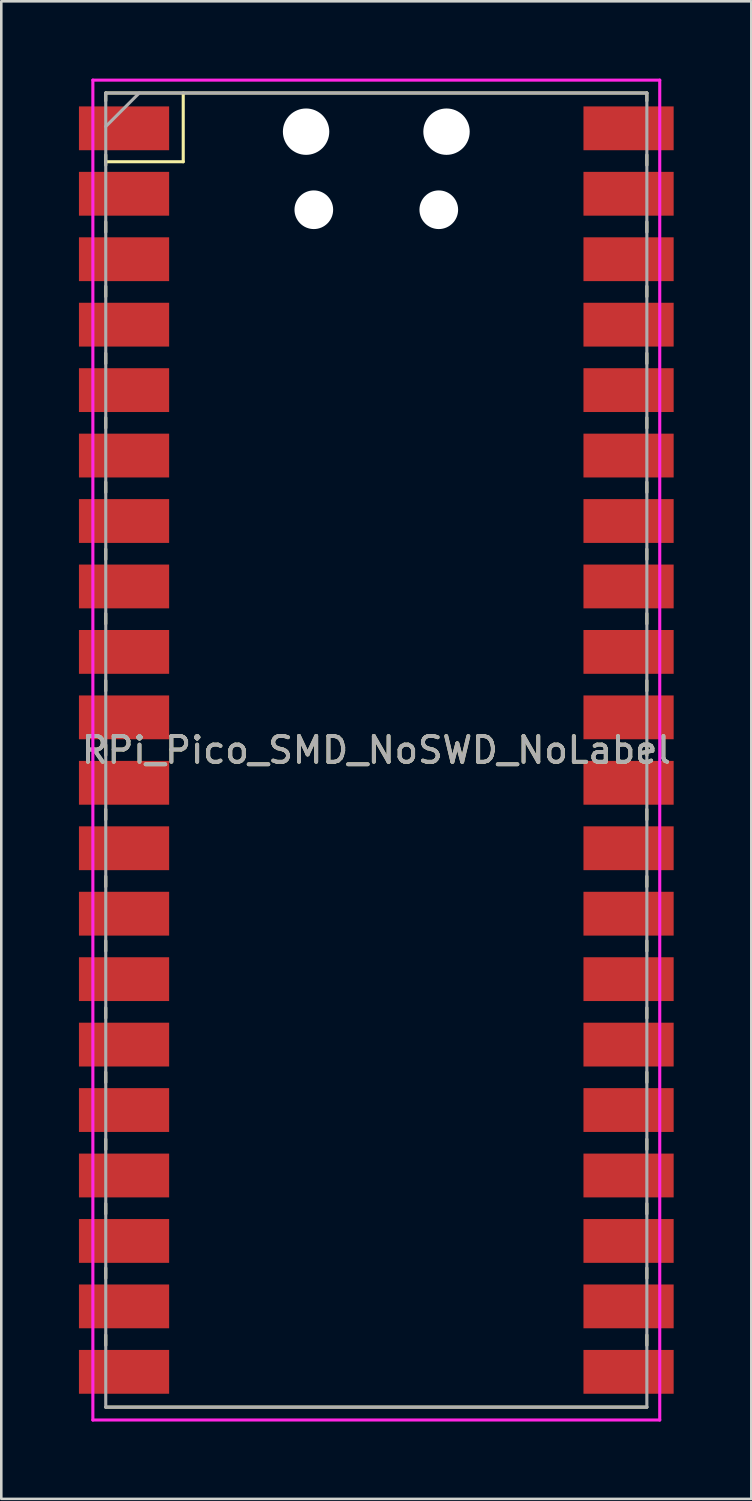
<source format=kicad_pcb>
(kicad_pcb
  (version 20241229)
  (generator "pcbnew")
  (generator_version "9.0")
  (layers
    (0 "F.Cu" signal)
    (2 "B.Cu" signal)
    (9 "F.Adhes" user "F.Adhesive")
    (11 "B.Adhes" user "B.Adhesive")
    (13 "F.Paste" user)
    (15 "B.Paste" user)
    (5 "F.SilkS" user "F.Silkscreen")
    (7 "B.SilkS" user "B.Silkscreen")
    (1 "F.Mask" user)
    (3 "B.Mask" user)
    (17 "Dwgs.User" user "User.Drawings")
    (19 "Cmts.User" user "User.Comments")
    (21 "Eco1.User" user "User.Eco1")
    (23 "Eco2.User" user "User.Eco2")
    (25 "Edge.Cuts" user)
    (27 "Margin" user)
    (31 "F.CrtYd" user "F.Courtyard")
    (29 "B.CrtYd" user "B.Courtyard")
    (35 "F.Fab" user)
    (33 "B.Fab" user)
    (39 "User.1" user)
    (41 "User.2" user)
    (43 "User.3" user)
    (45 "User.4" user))
  (footprint "RPi_Pico_SMD_NoSWD_NoLabel"
    (layer "F.Cu")
    (at 11.554 26.06)
    (property "Reference" "RPi_Pico_SMD_NoSWD_NoLabel" (at 0 0 0) (layer "F.SilkS") (effects (font (size 1 1) (thickness 0.15))))
    (attr through_hole)
    (fp_line (start -10.5 -25.5) (end -10.5 -25.2) (stroke (width 0.12) (type solid)) (layer "F.SilkS"))
    (fp_line (start -10.5 -25.5) (end 10.5 -25.5) (stroke (width 0.12) (type solid)) (layer "F.SilkS"))
    (fp_line (start -10.5 -23.1) (end -10.5 -22.7) (stroke (width 0.12) (type solid)) (layer "F.SilkS"))
    (fp_line (start -10.5 -22.833) (end -7.493 -22.833) (stroke (width 0.12) (type solid)) (layer "F.SilkS"))
    (fp_line (start -10.5 -20.5) (end -10.5 -20.1) (stroke (width 0.12) (type solid)) (layer "F.SilkS"))
    (fp_line (start -10.5 -18) (end -10.5 -17.6) (stroke (width 0.12) (type solid)) (layer "F.SilkS"))
    (fp_line (start -10.5 -15.4) (end -10.5 -15) (stroke (width 0.12) (type solid)) (layer "F.SilkS"))
    (fp_line (start -10.5 -12.9) (end -10.5 -12.5) (stroke (width 0.12) (type solid)) (layer "F.SilkS"))
    (fp_line (start -10.5 -10.4) (end -10.5 -10) (stroke (width 0.12) (type solid)) (layer "F.SilkS"))
    (fp_line (start -10.5 -7.8) (end -10.5 -7.4) (stroke (width 0.12) (type solid)) (layer "F.SilkS"))
    (fp_line (start -10.5 -5.3) (end -10.5 -4.9) (stroke (width 0.12) (type solid)) (layer "F.SilkS"))
    (fp_line (start -10.5 -2.7) (end -10.5 -2.3) (stroke (width 0.12) (type solid)) (layer "F.SilkS"))
    (fp_line (start -10.5 -0.2) (end -10.5 0.2) (stroke (width 0.12) (type solid)) (layer "F.SilkS"))
    (fp_line (start -10.5 2.3) (end -10.5 2.7) (stroke (width 0.12) (type solid)) (layer "F.SilkS"))
    (fp_line (start -10.5 4.9) (end -10.5 5.3) (stroke (width 0.12) (type solid)) (layer "F.SilkS"))
    (fp_line (start -10.5 7.4) (end -10.5 7.8) (stroke (width 0.12) (type solid)) (layer "F.SilkS"))
    (fp_line (start -10.5 10) (end -10.5 10.4) (stroke (width 0.12) (type solid)) (layer "F.SilkS"))
    (fp_line (start -10.5 12.5) (end -10.5 12.9) (stroke (width 0.12) (type solid)) (layer "F.SilkS"))
    (fp_line (start -10.5 15.1) (end -10.5 15.5) (stroke (width 0.12) (type solid)) (layer "F.SilkS"))
    (fp_line (start -10.5 17.6) (end -10.5 18) (stroke (width 0.12) (type solid)) (layer "F.SilkS"))
    (fp_line (start -10.5 20.1) (end -10.5 20.5) (stroke (width 0.12) (type solid)) (layer "F.SilkS"))
    (fp_line (start -10.5 22.7) (end -10.5 23.1) (stroke (width 0.12) (type solid)) (layer "F.SilkS"))
    (fp_line (start -7.493 -22.833) (end -7.493 -25.5) (stroke (width 0.12) (type solid)) (layer "F.SilkS"))
    (fp_line (start 10.5 -25.5) (end 10.5 -25.2) (stroke (width 0.12) (type solid)) (layer "F.SilkS"))
    (fp_line (start 10.5 -23.1) (end 10.5 -22.7) (stroke (width 0.12) (type solid)) (layer "F.SilkS"))
    (fp_line (start 10.5 -20.5) (end 10.5 -20.1) (stroke (width 0.12) (type solid)) (layer "F.SilkS"))
    (fp_line (start 10.5 -18) (end 10.5 -17.6) (stroke (width 0.12) (type solid)) (layer "F.SilkS"))
    (fp_line (start 10.5 -15.4) (end 10.5 -15) (stroke (width 0.12) (type solid)) (layer "F.SilkS"))
    (fp_line (start 10.5 -12.9) (end 10.5 -12.5) (stroke (width 0.12) (type solid)) (layer "F.SilkS"))
    (fp_line (start 10.5 -10.4) (end 10.5 -10) (stroke (width 0.12) (type solid)) (layer "F.SilkS"))
    (fp_line (start 10.5 -7.8) (end 10.5 -7.4) (stroke (width 0.12) (type solid)) (layer "F.SilkS"))
    (fp_line (start 10.5 -5.3) (end 10.5 -4.9) (stroke (width 0.12) (type solid)) (layer "F.SilkS"))
    (fp_line (start 10.5 -2.7) (end 10.5 -2.3) (stroke (width 0.12) (type solid)) (layer "F.SilkS"))
    (fp_line (start 10.5 -0.2) (end 10.5 0.2) (stroke (width 0.12) (type solid)) (layer "F.SilkS"))
    (fp_line (start 10.5 2.3) (end 10.5 2.7) (stroke (width 0.12) (type solid)) (layer "F.SilkS"))
    (fp_line (start 10.5 4.9) (end 10.5 5.3) (stroke (width 0.12) (type solid)) (layer "F.SilkS"))
    (fp_line (start 10.5 7.4) (end 10.5 7.8) (stroke (width 0.12) (type solid)) (layer "F.SilkS"))
    (fp_line (start 10.5 10) (end 10.5 10.4) (stroke (width 0.12) (type solid)) (layer "F.SilkS"))
    (fp_line (start 10.5 12.5) (end 10.5 12.9) (stroke (width 0.12) (type solid)) (layer "F.SilkS"))
    (fp_line (start 10.5 15.1) (end 10.5 15.5) (stroke (width 0.12) (type solid)) (layer "F.SilkS"))
    (fp_line (start 10.5 17.6) (end 10.5 18) (stroke (width 0.12) (type solid)) (layer "F.SilkS"))
    (fp_line (start 10.5 20.1) (end 10.5 20.5) (stroke (width 0.12) (type solid)) (layer "F.SilkS"))
    (fp_line (start 10.5 22.7) (end 10.5 23.1) (stroke (width 0.12) (type solid)) (layer "F.SilkS"))
    (fp_line (start 10.5 25.5) (end -10.5 25.5) (stroke (width 0.12) (type solid)) (layer "F.SilkS"))
    (fp_line (start -11 -26) (end 11 -26) (stroke (width 0.12) (type solid)) (layer "F.CrtYd"))
    (fp_line (start -11 26) (end -11 -26) (stroke (width 0.12) (type solid)) (layer "F.CrtYd"))
    (fp_line (start 11 -26) (end 11 26) (stroke (width 0.12) (type solid)) (layer "F.CrtYd"))
    (fp_line (start 11 26) (end -11 26) (stroke (width 0.12) (type solid)) (layer "F.CrtYd"))
    (fp_line (start -10.5 -25.5) (end 10.5 -25.5) (stroke (width 0.12) (type solid)) (layer "F.Fab"))
    (fp_line (start -10.5 -24.2) (end -9.2 -25.5) (stroke (width 0.12) (type solid)) (layer "F.Fab"))
    (fp_line (start -10.5 25.5) (end -10.5 -25.5) (stroke (width 0.12) (type solid)) (layer "F.Fab"))
    (fp_line (start 10.5 -25.5) (end 10.5 25.5) (stroke (width 0.12) (type solid)) (layer "F.Fab"))
    (fp_line (start 10.5 25.5) (end -10.5 25.5) (stroke (width 0.12) (type solid)) (layer "F.Fab"))
    (fp_text user "${REFERENCE}" (at 0 0 180) (layer "F.Fab") (effects (font (size 1 1) (thickness 0.15))))
    (pad "" np_thru_hole oval (at -2.725 -24) (size 1.8 1.8) (drill 1.8) (layers "*.Cu" "*.Mask"))
    (pad "" np_thru_hole oval (at -2.425 -20.97) (size 1.5 1.5) (drill 1.5) (layers "*.Cu" "*.Mask"))
    (pad "" np_thru_hole oval (at 2.425 -20.97) (size 1.5 1.5) (drill 1.5) (layers "*.Cu" "*.Mask"))
    (pad "" np_thru_hole oval (at 2.725 -24) (size 1.8 1.8) (drill 1.8) (layers "*.Cu" "*.Mask"))
    (pad "1" smd rect (at -8.89 -24.13) (size 3.5 1.7) (drill (offset -0.9 0)) (layers "F.Cu" "F.Mask"))
    (pad "2" smd rect (at -8.89 -21.59) (size 3.5 1.7) (drill (offset -0.9 0)) (layers "F.Cu" "F.Mask"))
    (pad "3" smd rect (at -8.89 -19.05) (size 3.5 1.7) (drill (offset -0.9 0)) (layers "F.Cu" "F.Mask"))
    (pad "4" smd rect (at -8.89 -16.51) (size 3.5 1.7) (drill (offset -0.9 0)) (layers "F.Cu" "F.Mask"))
    (pad "5" smd rect (at -8.89 -13.97) (size 3.5 1.7) (drill (offset -0.9 0)) (layers "F.Cu" "F.Mask"))
    (pad "6" smd rect (at -8.89 -11.43) (size 3.5 1.7) (drill (offset -0.9 0)) (layers "F.Cu" "F.Mask"))
    (pad "7" smd rect (at -8.89 -8.89) (size 3.5 1.7) (drill (offset -0.9 0)) (layers "F.Cu" "F.Mask"))
    (pad "8" smd rect (at -8.89 -6.35) (size 3.5 1.7) (drill (offset -0.9 0)) (layers "F.Cu" "F.Mask"))
    (pad "9" smd rect (at -8.89 -3.81) (size 3.5 1.7) (drill (offset -0.9 0)) (layers "F.Cu" "F.Mask"))
    (pad "10" smd rect (at -8.89 -1.27) (size 3.5 1.7) (drill (offset -0.9 0)) (layers "F.Cu" "F.Mask"))
    (pad "11" smd rect (at -8.89 1.27) (size 3.5 1.7) (drill (offset -0.9 0)) (layers "F.Cu" "F.Mask"))
    (pad "12" smd rect (at -8.89 3.81) (size 3.5 1.7) (drill (offset -0.9 0)) (layers "F.Cu" "F.Mask"))
    (pad "13" smd rect (at -8.89 6.35) (size 3.5 1.7) (drill (offset -0.9 0)) (layers "F.Cu" "F.Mask"))
    (pad "14" smd rect (at -8.89 8.89) (size 3.5 1.7) (drill (offset -0.9 0)) (layers "F.Cu" "F.Mask"))
    (pad "15" smd rect (at -8.89 11.43) (size 3.5 1.7) (drill (offset -0.9 0)) (layers "F.Cu" "F.Mask"))
    (pad "16" smd rect (at -8.89 13.97) (size 3.5 1.7) (drill (offset -0.9 0)) (layers "F.Cu" "F.Mask"))
    (pad "17" smd rect (at -8.89 16.51) (size 3.5 1.7) (drill (offset -0.9 0)) (layers "F.Cu" "F.Mask"))
    (pad "18" smd rect (at -8.89 19.05) (size 3.5 1.7) (drill (offset -0.9 0)) (layers "F.Cu" "F.Mask"))
    (pad "19" smd rect (at -8.89 21.59) (size 3.5 1.7) (drill (offset -0.9 0)) (layers "F.Cu" "F.Mask"))
    (pad "20" smd rect (at -8.89 24.13) (size 3.5 1.7) (drill (offset -0.9 0)) (layers "F.Cu" "F.Mask"))
    (pad "21" smd rect (at 8.89 24.13) (size 3.5 1.7) (drill (offset 0.9 0)) (layers "F.Cu" "F.Mask"))
    (pad "22" smd rect (at 8.89 21.59) (size 3.5 1.7) (drill (offset 0.9 0)) (layers "F.Cu" "F.Mask"))
    (pad "23" smd rect (at 8.89 19.05) (size 3.5 1.7) (drill (offset 0.9 0)) (layers "F.Cu" "F.Mask"))
    (pad "24" smd rect (at 8.89 16.51) (size 3.5 1.7) (drill (offset 0.9 0)) (layers "F.Cu" "F.Mask"))
    (pad "25" smd rect (at 8.89 13.97) (size 3.5 1.7) (drill (offset 0.9 0)) (layers "F.Cu" "F.Mask"))
    (pad "26" smd rect (at 8.89 11.43) (size 3.5 1.7) (drill (offset 0.9 0)) (layers "F.Cu" "F.Mask"))
    (pad "27" smd rect (at 8.89 8.89) (size 3.5 1.7) (drill (offset 0.9 0)) (layers "F.Cu" "F.Mask"))
    (pad "28" smd rect (at 8.89 6.35) (size 3.5 1.7) (drill (offset 0.9 0)) (layers "F.Cu" "F.Mask"))
    (pad "29" smd rect (at 8.89 3.81) (size 3.5 1.7) (drill (offset 0.9 0)) (layers "F.Cu" "F.Mask"))
    (pad "30" smd rect (at 8.89 1.27) (size 3.5 1.7) (drill (offset 0.9 0)) (layers "F.Cu" "F.Mask"))
    (pad "31" smd rect (at 8.89 -1.27) (size 3.5 1.7) (drill (offset 0.9 0)) (layers "F.Cu" "F.Mask"))
    (pad "32" smd rect (at 8.89 -3.81) (size 3.5 1.7) (drill (offset 0.9 0)) (layers "F.Cu" "F.Mask"))
    (pad "33" smd rect (at 8.89 -6.35) (size 3.5 1.7) (drill (offset 0.9 0)) (layers "F.Cu" "F.Mask"))
    (pad "34" smd rect (at 8.89 -8.89) (size 3.5 1.7) (drill (offset 0.9 0)) (layers "F.Cu" "F.Mask"))
    (pad "35" smd rect (at 8.89 -11.43) (size 3.5 1.7) (drill (offset 0.9 0)) (layers "F.Cu" "F.Mask"))
    (pad "36" smd rect (at 8.89 -13.97) (size 3.5 1.7) (drill (offset 0.9 0)) (layers "F.Cu" "F.Mask"))
    (pad "37" smd rect (at 8.89 -16.51) (size 3.5 1.7) (drill (offset 0.9 0)) (layers "F.Cu" "F.Mask"))
    (pad "38" smd rect (at 8.89 -19.05) (size 3.5 1.7) (drill (offset 0.9 0)) (layers "F.Cu" "F.Mask"))
    (pad "39" smd rect (at 8.89 -21.59) (size 3.5 1.7) (drill (offset 0.9 0)) (layers "F.Cu" "F.Mask"))
    (pad "40" smd rect (at 8.89 -24.13) (size 3.5 1.7) (drill (offset 0.9 0)) (layers "F.Cu" "F.Mask")))
  (gr_rect
    (start -3 -3)
    (end 26.107 55.12)
    (stroke (width 0.1) (type default))
    (fill no)
    (layer "Edge.Cuts")))
</source>
